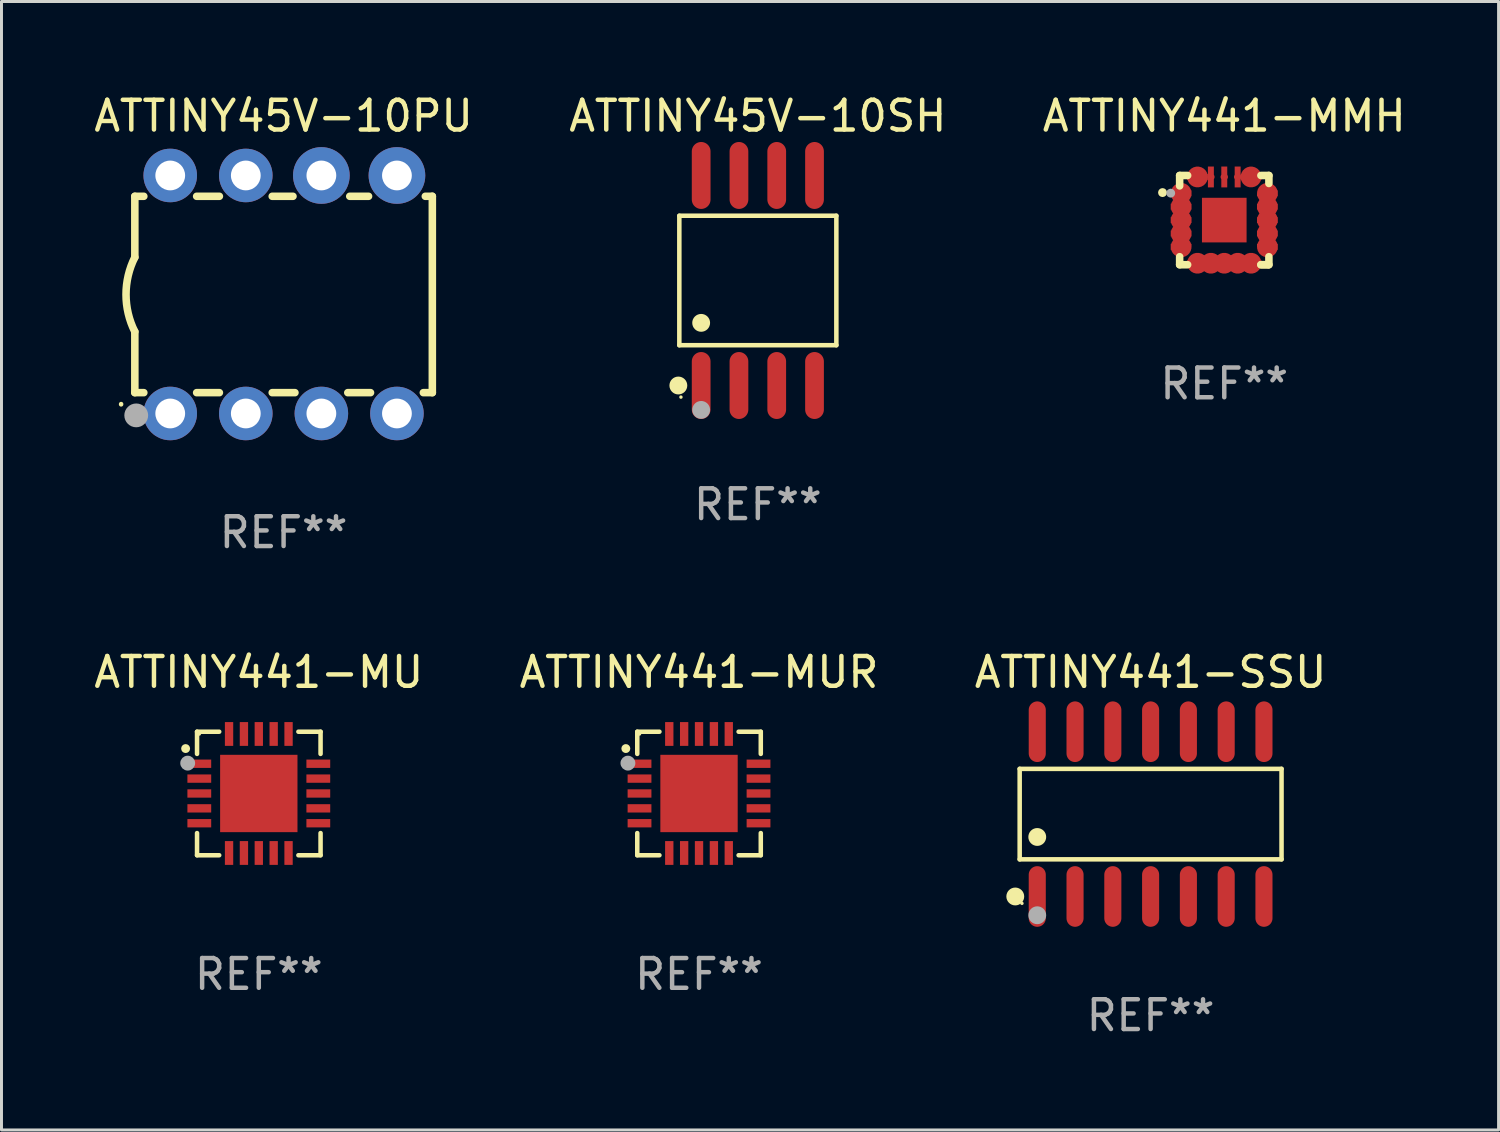
<source format=kicad_pcb>
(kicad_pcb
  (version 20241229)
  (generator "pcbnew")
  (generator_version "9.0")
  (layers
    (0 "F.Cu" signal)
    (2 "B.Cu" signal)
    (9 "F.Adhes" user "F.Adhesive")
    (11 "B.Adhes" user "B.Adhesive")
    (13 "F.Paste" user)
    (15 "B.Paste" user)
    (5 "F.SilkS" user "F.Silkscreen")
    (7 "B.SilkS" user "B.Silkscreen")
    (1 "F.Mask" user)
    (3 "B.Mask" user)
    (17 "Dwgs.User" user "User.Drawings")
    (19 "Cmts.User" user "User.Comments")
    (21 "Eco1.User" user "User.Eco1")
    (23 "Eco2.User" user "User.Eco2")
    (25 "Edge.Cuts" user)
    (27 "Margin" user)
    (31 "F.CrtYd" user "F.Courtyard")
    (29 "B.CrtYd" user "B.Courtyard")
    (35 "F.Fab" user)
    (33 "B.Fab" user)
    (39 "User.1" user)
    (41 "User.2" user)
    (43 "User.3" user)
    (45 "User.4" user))
  (footprint "ATTINY45V-10PU"
    (layer "F.Cu")
    (at 6.482 6.848)
    (property "Reference" "ATTINY45V-10PU" (at 0 -6 0) (layer "F.SilkS") (effects (font (size 1 1) (thickness 0.15))))
    (attr through_hole)
    (fp_line (start -5 -3.3) (end -5 -1.25) (stroke (width 0.254) (type solid)) (layer "F.SilkS"))
    (fp_line (start -5 -3.3) (end -4.698 -3.3) (stroke (width 0.254) (type solid)) (layer "F.SilkS"))
    (fp_line (start -5 3.3) (end -5 1.25) (stroke (width 0.254) (type solid)) (layer "F.SilkS"))
    (fp_line (start -5 3.3) (end -4.698 3.3) (stroke (width 0.254) (type solid)) (layer "F.SilkS"))
    (fp_line (start -2.922 -3.3) (end -2.158 -3.3) (stroke (width 0.254) (type solid)) (layer "F.SilkS"))
    (fp_line (start -2.922 3.3) (end -2.158 3.3) (stroke (width 0.254) (type solid)) (layer "F.SilkS"))
    (fp_line (start -0.382 -3.3) (end 0.316 -3.3) (stroke (width 0.254) (type solid)) (layer "F.SilkS"))
    (fp_line (start -0.382 3.3) (end 0.382 3.3) (stroke (width 0.254) (type solid)) (layer "F.SilkS"))
    (fp_line (start 2.158 3.3) (end 2.922 3.3) (stroke (width 0.254) (type solid)) (layer "F.SilkS"))
    (fp_line (start 2.224 -3.3) (end 2.856 -3.3) (stroke (width 0.254) (type solid)) (layer "F.SilkS"))
    (fp_line (start 4.698 3.3) (end 5 3.3) (stroke (width 0.254) (type solid)) (layer "F.SilkS"))
    (fp_line (start 4.764 -3.3) (end 5 -3.3) (stroke (width 0.254) (type solid)) (layer "F.SilkS"))
    (fp_line (start 5 -3.3) (end 5 3.3) (stroke (width 0.254) (type solid)) (layer "F.SilkS"))
    (fp_arc (start -5.46124 3.694259) (mid -5.461175 3.688632) (end -5.460986 3.683007) (stroke (width 0.149987) (type solid)) (layer "F.SilkS"))
    (fp_arc (start -5.00127 1.249682) (mid -5.295892 -0.000313) (end -5.000025 -1.250013) (stroke (width 0.254001) (type solid)) (layer "F.SilkS"))
    (fp_circle (center -4.795 4.237) (end -4.765 4.237) (stroke (width 0.06) (type solid)) (fill no) (layer "F.SilkS"))
    (fp_circle (center -4.953 4.064) (end -4.753 4.064) (stroke (width 0.4) (type solid)) (fill no) (layer "F.Fab"))
    (fp_text user "REF**" (at 0 8 0) (layer "F.Fab") (effects (font (size 1 1) (thickness 0.15))))
    (pad "1" thru_hole circle (at -3.81 4) (size 1.8 1.8) (drill 1) (layers "*.Cu" "*.Mask"))
    (pad "2" thru_hole circle (at -1.27 4) (size 1.8 1.8) (drill 1) (layers "*.Cu" "*.Mask"))
    (pad "3" thru_hole circle (at 1.27 4) (size 1.8 1.8) (drill 1) (layers "*.Cu" "*.Mask"))
    (pad "4" thru_hole circle (at 3.81 4) (size 1.8 1.8) (drill 1) (layers "*.Cu" "*.Mask"))
    (pad "5" thru_hole circle (at 3.81 -4) (size 1.905 1.905) (drill 1) (layers "*.Cu" "*.Mask"))
    (pad "6" thru_hole circle (at 1.27 -4) (size 1.905 1.905) (drill 1) (layers "*.Cu" "*.Mask"))
    (pad "7" thru_hole circle (at -1.27 -4) (size 1.8 1.8) (drill 1) (layers "*.Cu" "*.Mask"))
    (pad "8" thru_hole circle (at -3.81 -4) (size 1.8 1.8) (drill 1) (layers "*.Cu" "*.Mask")))
  (footprint "ATTINY441-MUR"
    (layer "F.Cu")
    (at 20.446 23.621)
    (property "Reference" "ATTINY441-MUR" (at 0 -4.076 0) (layer "F.SilkS") (effects (font (size 1 1) (thickness 0.15))))
    (attr through_hole)
    (fp_line (start -2.076 -2.076) (end -2.076 -1.331) (stroke (width 0.152) (type solid)) (layer "F.SilkS"))
    (fp_line (start -2.076 2.076) (end -2.076 1.331) (stroke (width 0.152) (type solid)) (layer "F.SilkS"))
    (fp_line (start -1.331 -2.076) (end -2.076 -2.076) (stroke (width 0.152) (type solid)) (layer "F.SilkS"))
    (fp_line (start -1.331 2.076) (end -2.076 2.076) (stroke (width 0.152) (type solid)) (layer "F.SilkS"))
    (fp_line (start 1.331 -2.076) (end 2.076 -2.076) (stroke (width 0.152) (type solid)) (layer "F.SilkS"))
    (fp_line (start 1.331 2.076) (end 2.076 2.076) (stroke (width 0.152) (type solid)) (layer "F.SilkS"))
    (fp_line (start 2.076 -2.076) (end 2.076 -1.331) (stroke (width 0.152) (type solid)) (layer "F.SilkS"))
    (fp_line (start 2.076 2.076) (end 2.076 1.331) (stroke (width 0.152) (type solid)) (layer "F.SilkS"))
    (fp_circle (center -2.46 -1.51) (end -2.385 -1.51) (stroke (width 0.15) (type solid)) (fill no) (layer "F.SilkS"))
    (fp_circle (center -2 -2) (end -1.97 -2) (stroke (width 0.06) (type solid)) (fill no) (layer "F.SilkS"))
    (fp_circle (center -2.39 -1.02) (end -2.265 -1.02) (stroke (width 0.25) (type solid)) (fill no) (layer "F.Fab"))
    (fp_text user "REF**" (at 0 6.076 0) (layer "F.Fab") (effects (font (size 1 1) (thickness 0.15))))
    (pad "1" smd rect (at -2 -1) (size 0.8 0.28) (layers "F.Cu" "F.Mask" "F.Paste"))
    (pad "2" smd rect (at -2 -0.5) (size 0.8 0.28) (layers "F.Cu" "F.Mask" "F.Paste"))
    (pad "3" smd rect (at -2 0) (size 0.8 0.28) (layers "F.Cu" "F.Mask" "F.Paste"))
    (pad "4" smd rect (at -2 0.5) (size 0.8 0.28) (layers "F.Cu" "F.Mask" "F.Paste"))
    (pad "5" smd rect (at -2 1) (size 0.8 0.28) (layers "F.Cu" "F.Mask" "F.Paste"))
    (pad "6" smd rect (at -1 2) (size 0.28 0.8) (layers "F.Cu" "F.Mask" "F.Paste"))
    (pad "7" smd rect (at -0.5 2) (size 0.28 0.8) (layers "F.Cu" "F.Mask" "F.Paste"))
    (pad "8" smd rect (at 0 2) (size 0.28 0.8) (layers "F.Cu" "F.Mask" "F.Paste"))
    (pad "9" smd rect (at 0.5 2) (size 0.28 0.8) (layers "F.Cu" "F.Mask" "F.Paste"))
    (pad "10" smd rect (at 1 2) (size 0.28 0.8) (layers "F.Cu" "F.Mask" "F.Paste"))
    (pad "11" smd rect (at 2 1) (size 0.8 0.28) (layers "F.Cu" "F.Mask" "F.Paste"))
    (pad "12" smd rect (at 2 0.5) (size 0.8 0.28) (layers "F.Cu" "F.Mask" "F.Paste"))
    (pad "13" smd rect (at 2 0) (size 0.8 0.28) (layers "F.Cu" "F.Mask" "F.Paste"))
    (pad "14" smd rect (at 2 -0.5) (size 0.8 0.28) (layers "F.Cu" "F.Mask" "F.Paste"))
    (pad "15" smd rect (at 2 -1) (size 0.8 0.28) (layers "F.Cu" "F.Mask" "F.Paste"))
    (pad "16" smd rect (at 1 -2) (size 0.28 0.8) (layers "F.Cu" "F.Mask" "F.Paste"))
    (pad "17" smd rect (at 0.5 -2) (size 0.28 0.8) (layers "F.Cu" "F.Mask" "F.Paste"))
    (pad "18" smd rect (at 0 -2) (size 0.28 0.8) (layers "F.Cu" "F.Mask" "F.Paste"))
    (pad "19" smd rect (at -0.5 -2) (size 0.28 0.8) (layers "F.Cu" "F.Mask" "F.Paste"))
    (pad "20" smd rect (at -1 -2) (size 0.28 0.8) (layers "F.Cu" "F.Mask" "F.Paste"))
    (pad "21" smd rect (at 0 0) (size 2.6 2.6) (layers "F.Cu" "F.Mask" "F.Paste")))
  (footprint "ATTINY441-SSU"
    (layer "F.Cu")
    (at 35.625 24.314)
    (property "Reference" "ATTINY441-SSU" (at 0 -4.769 0) (layer "F.SilkS") (effects (font (size 1 1) (thickness 0.15))))
    (attr through_hole)
    (fp_line (start -4.401 -1.521) (end 4.401 -1.521) (stroke (width 0.152) (type solid)) (layer "F.SilkS"))
    (fp_line (start -4.401 1.521) (end -4.401 -1.521) (stroke (width 0.152) (type solid)) (layer "F.SilkS"))
    (fp_line (start 4.401 -1.521) (end 4.401 1.521) (stroke (width 0.152) (type solid)) (layer "F.SilkS"))
    (fp_line (start 4.401 1.521) (end -4.401 1.521) (stroke (width 0.152) (type solid)) (layer "F.SilkS"))
    (fp_circle (center -4.549 2.769) (end -4.399 2.769) (stroke (width 0.3) (type solid)) (fill no) (layer "F.SilkS"))
    (fp_circle (center -4.325 3) (end -4.295 3) (stroke (width 0.06) (type solid)) (fill no) (layer "F.SilkS"))
    (fp_circle (center -3.81 0.769) (end -3.66 0.769) (stroke (width 0.3) (type solid)) (fill no) (layer "F.SilkS"))
    (fp_circle (center -3.81 3.4) (end -3.66 3.4) (stroke (width 0.3) (type solid)) (fill no) (layer "F.Fab"))
    (fp_text user "REF**" (at 0 6.769 0) (layer "F.Fab") (effects (font (size 1 1) (thickness 0.15))))
    (pad "1" smd oval (at -3.81 2.769) (size 0.574 2.038) (layers "F.Cu" "F.Mask" "F.Paste"))
    (pad "2" smd oval (at -2.54 2.769) (size 0.574 2.038) (layers "F.Cu" "F.Mask" "F.Paste"))
    (pad "3" smd oval (at -1.27 2.769) (size 0.574 2.038) (layers "F.Cu" "F.Mask" "F.Paste"))
    (pad "4" smd oval (at 0 2.769) (size 0.574 2.038) (layers "F.Cu" "F.Mask" "F.Paste"))
    (pad "5" smd oval (at 1.27 2.769) (size 0.574 2.038) (layers "F.Cu" "F.Mask" "F.Paste"))
    (pad "6" smd oval (at 2.54 2.769) (size 0.574 2.038) (layers "F.Cu" "F.Mask" "F.Paste"))
    (pad "7" smd oval (at 3.81 2.769) (size 0.574 2.038) (layers "F.Cu" "F.Mask" "F.Paste"))
    (pad "8" smd oval (at 3.81 -2.769) (size 0.574 2.038) (layers "F.Cu" "F.Mask" "F.Paste"))
    (pad "9" smd oval (at 2.54 -2.769) (size 0.574 2.038) (layers "F.Cu" "F.Mask" "F.Paste"))
    (pad "10" smd oval (at 1.27 -2.769) (size 0.574 2.038) (layers "F.Cu" "F.Mask" "F.Paste"))
    (pad "11" smd oval (at 0 -2.769) (size 0.574 2.038) (layers "F.Cu" "F.Mask" "F.Paste"))
    (pad "12" smd oval (at -1.27 -2.769) (size 0.574 2.038) (layers "F.Cu" "F.Mask" "F.Paste"))
    (pad "13" smd oval (at -2.54 -2.769) (size 0.574 2.038) (layers "F.Cu" "F.Mask" "F.Paste"))
    (pad "14" smd oval (at -3.81 -2.769) (size 0.574 2.038) (layers "F.Cu" "F.Mask" "F.Paste")))
  (footprint "ATTINY441-MU"
    (layer "F.Cu")
    (at 5.649 23.621)
    (property "Reference" "ATTINY441-MU" (at 0 -4.076 0) (layer "F.SilkS") (effects (font (size 1 1) (thickness 0.15))))
    (attr through_hole)
    (fp_line (start -2.076 -2.076) (end -2.076 -1.331) (stroke (width 0.152) (type solid)) (layer "F.SilkS"))
    (fp_line (start -2.076 2.076) (end -2.076 1.331) (stroke (width 0.152) (type solid)) (layer "F.SilkS"))
    (fp_line (start -1.331 -2.076) (end -2.076 -2.076) (stroke (width 0.152) (type solid)) (layer "F.SilkS"))
    (fp_line (start -1.331 2.076) (end -2.076 2.076) (stroke (width 0.152) (type solid)) (layer "F.SilkS"))
    (fp_line (start 1.331 -2.076) (end 2.076 -2.076) (stroke (width 0.152) (type solid)) (layer "F.SilkS"))
    (fp_line (start 1.331 2.076) (end 2.076 2.076) (stroke (width 0.152) (type solid)) (layer "F.SilkS"))
    (fp_line (start 2.076 -2.076) (end 2.076 -1.331) (stroke (width 0.152) (type solid)) (layer "F.SilkS"))
    (fp_line (start 2.076 2.076) (end 2.076 1.331) (stroke (width 0.152) (type solid)) (layer "F.SilkS"))
    (fp_circle (center -2.46 -1.51) (end -2.385 -1.51) (stroke (width 0.15) (type solid)) (fill no) (layer "F.SilkS"))
    (fp_circle (center -2 -2) (end -1.97 -2) (stroke (width 0.06) (type solid)) (fill no) (layer "F.SilkS"))
    (fp_circle (center -2.39 -1.02) (end -2.265 -1.02) (stroke (width 0.25) (type solid)) (fill no) (layer "F.Fab"))
    (fp_text user "REF**" (at 0 6.076 0) (layer "F.Fab") (effects (font (size 1 1) (thickness 0.15))))
    (pad "1" smd rect (at -2 -1) (size 0.8 0.28) (layers "F.Cu" "F.Mask" "F.Paste"))
    (pad "2" smd rect (at -2 -0.5) (size 0.8 0.28) (layers "F.Cu" "F.Mask" "F.Paste"))
    (pad "3" smd rect (at -2 0) (size 0.8 0.28) (layers "F.Cu" "F.Mask" "F.Paste"))
    (pad "4" smd rect (at -2 0.5) (size 0.8 0.28) (layers "F.Cu" "F.Mask" "F.Paste"))
    (pad "5" smd rect (at -2 1) (size 0.8 0.28) (layers "F.Cu" "F.Mask" "F.Paste"))
    (pad "6" smd rect (at -1 2) (size 0.28 0.8) (layers "F.Cu" "F.Mask" "F.Paste"))
    (pad "7" smd rect (at -0.5 2) (size 0.28 0.8) (layers "F.Cu" "F.Mask" "F.Paste"))
    (pad "8" smd rect (at 0 2) (size 0.28 0.8) (layers "F.Cu" "F.Mask" "F.Paste"))
    (pad "9" smd rect (at 0.5 2) (size 0.28 0.8) (layers "F.Cu" "F.Mask" "F.Paste"))
    (pad "10" smd rect (at 1 2) (size 0.28 0.8) (layers "F.Cu" "F.Mask" "F.Paste"))
    (pad "11" smd rect (at 2 1) (size 0.8 0.28) (layers "F.Cu" "F.Mask" "F.Paste"))
    (pad "12" smd rect (at 2 0.5) (size 0.8 0.28) (layers "F.Cu" "F.Mask" "F.Paste"))
    (pad "13" smd rect (at 2 0) (size 0.8 0.28) (layers "F.Cu" "F.Mask" "F.Paste"))
    (pad "14" smd rect (at 2 -0.5) (size 0.8 0.28) (layers "F.Cu" "F.Mask" "F.Paste"))
    (pad "15" smd rect (at 2 -1) (size 0.8 0.28) (layers "F.Cu" "F.Mask" "F.Paste"))
    (pad "16" smd rect (at 1 -2) (size 0.28 0.8) (layers "F.Cu" "F.Mask" "F.Paste"))
    (pad "17" smd rect (at 0.5 -2) (size 0.28 0.8) (layers "F.Cu" "F.Mask" "F.Paste"))
    (pad "18" smd rect (at 0 -2) (size 0.28 0.8) (layers "F.Cu" "F.Mask" "F.Paste"))
    (pad "19" smd rect (at -0.5 -2) (size 0.28 0.8) (layers "F.Cu" "F.Mask" "F.Paste"))
    (pad "20" smd rect (at -1 -2) (size 0.28 0.8) (layers "F.Cu" "F.Mask" "F.Paste"))
    (pad "21" smd rect (at 0 0) (size 2.6 2.6) (layers "F.Cu" "F.Mask" "F.Paste")))
  (footprint "ATTINY441-MMH"
    (layer "F.Cu")
    (at 38.101 4.348)
    (property "Reference" "ATTINY441-MMH" (at 0 -3.5 0) (layer "F.SilkS") (effects (font (size 1 1) (thickness 0.15))))
    (attr through_hole)
    (fp_line (start -1.5 -1.5) (end -1.5 -1.15) (stroke (width 0.254) (type solid)) (layer "F.SilkS"))
    (fp_line (start -1.5 -1.5) (end -1.231 -1.5) (stroke (width 0.254) (type solid)) (layer "F.SilkS"))
    (fp_line (start -1.5 1.5) (end -1.5 1.231) (stroke (width 0.254) (type solid)) (layer "F.SilkS"))
    (fp_line (start -1.5 1.5) (end -1.231 1.5) (stroke (width 0.254) (type solid)) (layer "F.SilkS"))
    (fp_line (start 1.231 1.5) (end 1.475 1.5) (stroke (width 0.254) (type solid)) (layer "F.SilkS"))
    (fp_line (start 1.231 -1.5) (end 1.5 -1.5) (stroke (width 0.254) (type solid)) (layer "F.SilkS"))
    (fp_line (start 1.5 -1.5) (end 1.5 -1.231) (stroke (width 0.254) (type solid)) (layer "F.SilkS"))
    (fp_line (start 1.5 1.5) (end 1.231 1.5) (stroke (width 0.254) (type solid)) (layer "F.SilkS"))
    (fp_line (start 1.5 1.5) (end 1.5 1.231) (stroke (width 0.254) (type solid)) (layer "F.SilkS"))
    (fp_circle (center -2.075 -0.925) (end -2 -0.925) (stroke (width 0.15) (type solid)) (fill no) (layer "F.SilkS"))
    (fp_circle (center -1.5 -1.506) (end -1.47 -1.506) (stroke (width 0.06) (type solid)) (fill no) (layer "F.SilkS"))
    (fp_circle (center -1.8 -0.906) (end -1.725 -0.906) (stroke (width 0.15) (type solid)) (fill no) (layer "F.Fab"))
    (fp_text user "REF**" (at 0 5.5 0) (layer "F.Fab") (effects (font (size 1 1) (thickness 0.15))))
    (pad "1" smd custom (at -1.45 -0.9 180) (size 0.7 0.2) (layers "F.Cu" "F.Mask" "F.Paste") (options (anchor circle)) (primitives (gr_poly (pts (xy 0.35 0.1) (xy -0.35 0.1) (xy -0.35 -0.1) (xy 0.2 -0.1) (xy 0.25 -0.1) (xy 0.35 0)) (width 0) (fill yes))))
    (pad "2" smd custom (at -1.45 -0.45) (size 0.7 0.25) (layers "F.Cu" "F.Mask" "F.Paste") (options (anchor circle)) (primitives (gr_poly (pts (xy 0.25 0.1) (xy 0.35 0.1) (xy 0.35 -0.1) (xy -0.35 -0.1) (xy -0.35 0.1)) (width 0) (fill yes))))
    (pad "3" smd custom (at -1.45 0.000064) (size 0.7 0.25) (layers "F.Cu" "F.Mask" "F.Paste") (options (anchor circle)) (primitives (gr_poly (pts (xy 0.25 0.1) (xy 0.35 0.1) (xy 0.35 -0.1) (xy -0.35 -0.1) (xy -0.35 0.1)) (width 0) (fill yes))))
    (pad "4" smd custom (at -1.45 0.45) (size 0.7 0.25) (layers "F.Cu" "F.Mask" "F.Paste") (options (anchor circle)) (primitives (gr_poly (pts (xy 0.25 0.1) (xy 0.35 0.1) (xy 0.35 -0.1) (xy -0.35 -0.1) (xy -0.35 0.1)) (width 0) (fill yes))))
    (pad "5" smd custom (at -1.45 0.9) (size 0.7 0.2) (layers "F.Cu" "F.Mask" "F.Paste") (options (anchor circle)) (primitives (gr_poly (pts (xy 0.35 -0.1) (xy -0.35 -0.1) (xy -0.35 0.1) (xy 0.2 0.1) (xy 0.25 0.1) (xy 0.35 0)) (width 0) (fill yes))))
    (pad "6" smd custom (at -0.9 1.45 270) (size 0.7 0.2) (layers "F.Cu" "F.Mask" "F.Paste") (options (anchor circle)) (primitives (gr_poly (pts (xy 0.1 -0.35) (xy 0.1 0.35) (xy -0.1 0.35) (xy -0.1 -0.2) (xy -0.1 -0.25) (xy -0.000127 -0.35)) (width 0) (fill yes))))
    (pad "7" smd custom (at -0.45 1.45 270) (size 0.7 0.25) (layers "F.Cu" "F.Mask" "F.Paste") (options (anchor circle)) (primitives (gr_poly (pts (xy -0.1 0.25) (xy -0.1 0.35) (xy 0.1 0.35) (xy 0.1 -0.35) (xy -0.1 -0.35)) (width 0) (fill yes))))
    (pad "8" smd custom (at 0 1.45 270) (size 0.7 0.25) (layers "F.Cu" "F.Mask" "F.Paste") (options (anchor circle)) (primitives (gr_poly (pts (xy -0.1 0.25) (xy -0.1 0.35) (xy 0.1 0.35) (xy 0.1 -0.35) (xy -0.1 -0.35)) (width 0) (fill yes))))
    (pad "9" smd custom (at 0.45 1.45 90) (size 0.7 0.25) (layers "F.Cu" "F.Mask" "F.Paste") (options (anchor circle)) (primitives (gr_poly (pts (xy 0.1 0.25) (xy 0.1 0.35) (xy -0.1 0.35) (xy -0.1 -0.35) (xy 0.1 -0.35)) (width 0) (fill yes))))
    (pad "10" smd custom (at 0.9 1.45 270) (size 0.7 0.2) (layers "F.Cu" "F.Mask" "F.Paste") (options (anchor circle)) (primitives (gr_poly (pts (xy -0.1 -0.35) (xy -0.1 0.35) (xy 0.1 0.35) (xy 0.1 -0.2) (xy 0.1 -0.25) (xy 0.000127 -0.35)) (width 0) (fill yes))))
    (pad "11" smd custom (at 1.45 0.9) (size 0.7 0.2) (layers "F.Cu" "F.Mask" "F.Paste") (options (anchor circle)) (primitives (gr_poly (pts (xy -0.35 -0.1) (xy 0.35 -0.1) (xy 0.35 0.1) (xy -0.2 0.1) (xy -0.25 0.1) (xy -0.35 0)) (width 0) (fill yes))))
    (pad "12" smd custom (at 1.45 0.45) (size 0.7 0.25) (layers "F.Cu" "F.Mask" "F.Paste") (options (anchor circle)) (primitives (gr_poly (pts (xy -0.25 0.1) (xy -0.35 0.1) (xy -0.35 -0.1) (xy 0.35 -0.1) (xy 0.35 0.1)) (width 0) (fill yes))))
    (pad "13" smd custom (at 1.45 0.000013) (size 0.7 0.25) (layers "F.Cu" "F.Mask" "F.Paste") (options (anchor circle)) (primitives (gr_poly (pts (xy -0.25 0.1) (xy -0.35 0.1) (xy -0.35 -0.1) (xy 0.35 -0.1) (xy 0.35 0.1)) (width 0) (fill yes))))
    (pad "14" smd custom (at 1.45 -0.45) (size 0.7 0.25) (layers "F.Cu" "F.Mask" "F.Paste") (options (anchor circle)) (primitives (gr_poly (pts (xy -0.25 0.1) (xy -0.35 0.1) (xy -0.35 -0.1) (xy 0.35 -0.1) (xy 0.35 0.1)) (width 0) (fill yes))))
    (pad "15" smd custom (at 1.45 -0.9) (size 0.7 0.2) (layers "F.Cu" "F.Mask" "F.Paste") (options (anchor circle)) (primitives (gr_poly (pts (xy -0.35 0.1) (xy 0.35 0.1) (xy 0.35 -0.1) (xy -0.2 -0.1) (xy -0.25 -0.1) (xy -0.35 0)) (width 0) (fill yes))))
    (pad "16" smd custom (at 0.9 -1.45 90) (size 0.7 0.2) (layers "F.Cu" "F.Mask" "F.Paste") (options (anchor circle)) (primitives (gr_poly (pts (xy -0.1 0.35) (xy -0.1 -0.35) (xy 0.1 -0.35) (xy 0.1 0.2) (xy 0.1 0.25) (xy 0.000076 0.35)) (width 0) (fill yes))))
    (pad "17" smd custom (at 0.45 -1.45) (size 0.25 0.7) (layers "F.Cu" "F.Mask" "F.Paste") (options (anchor circle)) (primitives (gr_poly (pts (xy 0.1 0.25) (xy 0.1 0.35) (xy -0.1 0.35) (xy -0.1 -0.35) (xy 0.1 -0.35)) (width 0) (fill yes))))
    (pad "18" smd custom (at 0 -1.45) (size 0.25 0.7) (layers "F.Cu" "F.Mask" "F.Paste") (options (anchor circle)) (primitives (gr_poly (pts (xy 0.1 0.25) (xy 0.1 0.35) (xy -0.1 0.35) (xy -0.1 -0.35) (xy 0.1 -0.35)) (width 0) (fill yes))))
    (pad "19" smd custom (at -0.45 -1.45 180) (size 0.25 0.7) (layers "F.Cu" "F.Mask" "F.Paste") (options (anchor circle)) (primitives (gr_poly (pts (xy -0.1 0.25) (xy -0.1 0.35) (xy 0.1 0.35) (xy 0.1 -0.35) (xy -0.1 -0.35)) (width 0) (fill yes))))
    (pad "21" smd rect (at 0 0.000013) (size 1.5 1.5) (layers "F.Cu" "F.Mask" "F.Paste"))
    (pad "25" smd custom (at -0.9 -1.45 270) (size 0.7 0.2) (layers "F.Cu" "F.Mask" "F.Paste") (options (anchor circle)) (primitives (gr_poly (pts (xy 0.1 0.35) (xy 0.1 -0.35) (xy -0.1 -0.35) (xy -0.1 0.2) (xy -0.1 0.25) (xy -0.000102 0.35)) (width 0) (fill yes)))))
  (footprint "ATTINY45V-10SH"
    (layer "F.Cu")
    (at 22.423 6.378)
    (property "Reference" "ATTINY45V-10SH" (at 0 -5.53 0) (layer "F.SilkS") (effects (font (size 1 1) (thickness 0.15))))
    (attr through_hole)
    (fp_line (start -2.639 -2.176) (end 2.639 -2.176) (stroke (width 0.152) (type solid)) (layer "F.SilkS"))
    (fp_line (start -2.639 2.176) (end -2.639 -2.176) (stroke (width 0.152) (type solid)) (layer "F.SilkS"))
    (fp_line (start 2.639 -2.176) (end 2.639 2.176) (stroke (width 0.152) (type solid)) (layer "F.SilkS"))
    (fp_line (start 2.639 2.176) (end -2.639 2.176) (stroke (width 0.152) (type solid)) (layer "F.SilkS"))
    (fp_circle (center -2.672 3.53) (end -2.522 3.53) (stroke (width 0.3) (type solid)) (fill no) (layer "F.SilkS"))
    (fp_circle (center -2.585 3.92) (end -2.555 3.92) (stroke (width 0.06) (type solid)) (fill no) (layer "F.SilkS"))
    (fp_circle (center -1.905 1.424) (end -1.755 1.424) (stroke (width 0.3) (type solid)) (fill no) (layer "F.SilkS"))
    (fp_circle (center -1.905 4.35) (end -1.755 4.35) (stroke (width 0.3) (type solid)) (fill no) (layer "F.Fab"))
    (fp_text user "REF**" (at 0 7.53 0) (layer "F.Fab") (effects (font (size 1 1) (thickness 0.15))))
    (pad "1" smd oval (at -1.905 3.53) (size 0.63 2.25) (layers "F.Cu" "F.Mask" "F.Paste"))
    (pad "2" smd oval (at -0.635 3.53) (size 0.63 2.25) (layers "F.Cu" "F.Mask" "F.Paste"))
    (pad "3" smd oval (at 0.635 3.53) (size 0.63 2.25) (layers "F.Cu" "F.Mask" "F.Paste"))
    (pad "4" smd oval (at 1.905 3.53) (size 0.63 2.25) (layers "F.Cu" "F.Mask" "F.Paste"))
    (pad "5" smd oval (at 1.905 -3.53) (size 0.63 2.25) (layers "F.Cu" "F.Mask" "F.Paste"))
    (pad "6" smd oval (at 0.635 -3.53) (size 0.63 2.25) (layers "F.Cu" "F.Mask" "F.Paste"))
    (pad "7" smd oval (at -0.635 -3.53) (size 0.63 2.25) (layers "F.Cu" "F.Mask" "F.Paste"))
    (pad "8" smd oval (at -1.905 -3.53) (size 0.63 2.25) (layers "F.Cu" "F.Mask" "F.Paste")))
  (gr_rect
    (start -3 -3)
    (end 47.321 34.931)
    (stroke (width 0.1) (type default))
    (fill no)
    (layer "Edge.Cuts")))
</source>
